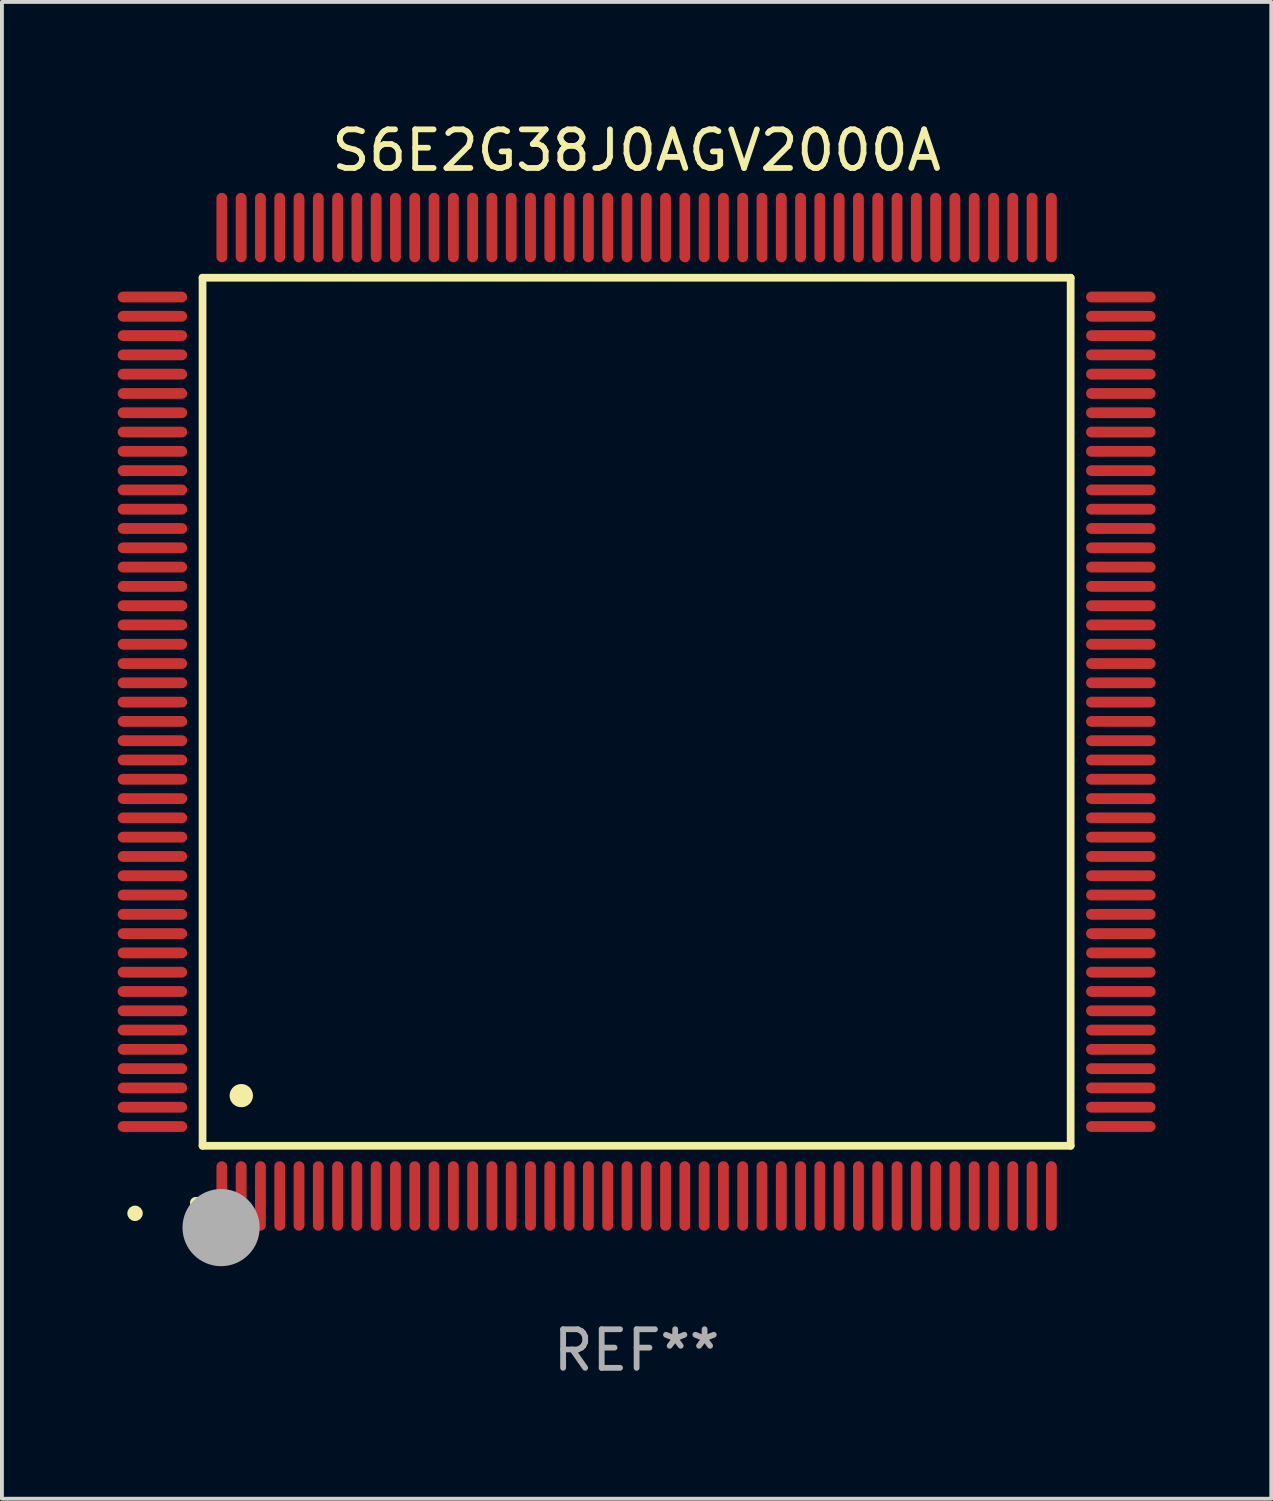
<source format=kicad_pcb>
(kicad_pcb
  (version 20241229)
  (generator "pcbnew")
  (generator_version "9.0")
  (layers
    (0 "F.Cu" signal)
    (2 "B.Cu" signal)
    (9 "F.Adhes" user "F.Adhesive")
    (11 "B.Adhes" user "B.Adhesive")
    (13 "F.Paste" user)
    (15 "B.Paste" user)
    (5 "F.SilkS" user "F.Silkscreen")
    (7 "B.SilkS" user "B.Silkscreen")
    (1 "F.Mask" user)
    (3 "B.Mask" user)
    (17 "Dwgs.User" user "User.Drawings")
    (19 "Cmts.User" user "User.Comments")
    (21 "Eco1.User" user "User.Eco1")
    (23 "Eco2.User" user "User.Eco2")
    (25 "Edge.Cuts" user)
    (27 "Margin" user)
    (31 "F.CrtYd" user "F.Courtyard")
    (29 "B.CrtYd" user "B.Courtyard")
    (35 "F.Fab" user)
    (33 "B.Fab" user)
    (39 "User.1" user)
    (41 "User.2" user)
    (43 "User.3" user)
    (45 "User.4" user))
  (footprint "S6E2G38J0AGV2000A"
    (layer "F.Cu")
    (at 13.45 15.398)
    (property "Reference" "S6E2G38J0AGV2000A" (at 0 -14.55 0) (layer "F.SilkS") (effects (font (size 1 1) (thickness 0.15))))
    (attr through_hole)
    (fp_line (start -11.25 -11.25) (end 11.25 -11.25) (stroke (width 0.2) (type solid)) (layer "F.SilkS"))
    (fp_line (start -11.25 11.25) (end -11.25 -11.25) (stroke (width 0.2) (type solid)) (layer "F.SilkS"))
    (fp_line (start 11.25 -11.25) (end 11.25 11.25) (stroke (width 0.2) (type solid)) (layer "F.SilkS"))
    (fp_line (start 11.25 11.25) (end -11.25 11.25) (stroke (width 0.2) (type solid)) (layer "F.SilkS"))
    (fp_arc (start -11.424943 12.725425) (mid -11.423673 12.72542) (end -11.422403 12.725425) (stroke (width 0.3) (type solid)) (layer "F.SilkS"))
    (fp_arc (start -10.24892 9.9492) (mid -10.24638 9.949189) (end -10.24384 9.9492) (stroke (width 0.6) (type solid)) (layer "F.SilkS"))
    (fp_circle (center -13 13) (end -12.9 13) (stroke (width 0.2) (type solid)) (fill no) (layer "F.SilkS"))
    (fp_circle (center -10.77 13.37) (end -10.27 13.37) (stroke (width 1) (type solid)) (fill no) (layer "F.Fab"))
    (fp_text user "REF**" (at 0 16.55 0) (layer "F.Fab") (effects (font (size 1 1) (thickness 0.15))))
    (pad "1" smd oval (at -10.75 12.55) (size 0.28 1.8) (layers "F.Cu" "F.Mask" "F.Paste"))
    (pad "2" smd oval (at -10.25 12.55) (size 0.28 1.8) (layers "F.Cu" "F.Mask" "F.Paste"))
    (pad "3" smd oval (at -9.75 12.55) (size 0.28 1.8) (layers "F.Cu" "F.Mask" "F.Paste"))
    (pad "4" smd oval (at -9.25 12.55) (size 0.28 1.8) (layers "F.Cu" "F.Mask" "F.Paste"))
    (pad "5" smd oval (at -8.75 12.55) (size 0.28 1.8) (layers "F.Cu" "F.Mask" "F.Paste"))
    (pad "6" smd oval (at -8.25 12.55) (size 0.28 1.8) (layers "F.Cu" "F.Mask" "F.Paste"))
    (pad "7" smd oval (at -7.75 12.55) (size 0.28 1.8) (layers "F.Cu" "F.Mask" "F.Paste"))
    (pad "8" smd oval (at -7.25 12.55) (size 0.28 1.8) (layers "F.Cu" "F.Mask" "F.Paste"))
    (pad "9" smd oval (at -6.75 12.55) (size 0.28 1.8) (layers "F.Cu" "F.Mask" "F.Paste"))
    (pad "10" smd oval (at -6.25 12.55) (size 0.28 1.8) (layers "F.Cu" "F.Mask" "F.Paste"))
    (pad "11" smd oval (at -5.75 12.55) (size 0.28 1.8) (layers "F.Cu" "F.Mask" "F.Paste"))
    (pad "12" smd oval (at -5.25 12.55) (size 0.28 1.8) (layers "F.Cu" "F.Mask" "F.Paste"))
    (pad "13" smd oval (at -4.75 12.55) (size 0.28 1.8) (layers "F.Cu" "F.Mask" "F.Paste"))
    (pad "14" smd oval (at -4.25 12.55) (size 0.28 1.8) (layers "F.Cu" "F.Mask" "F.Paste"))
    (pad "15" smd oval (at -3.75 12.55) (size 0.28 1.8) (layers "F.Cu" "F.Mask" "F.Paste"))
    (pad "16" smd oval (at -3.25 12.55) (size 0.28 1.8) (layers "F.Cu" "F.Mask" "F.Paste"))
    (pad "17" smd oval (at -2.75 12.55) (size 0.28 1.8) (layers "F.Cu" "F.Mask" "F.Paste"))
    (pad "18" smd oval (at -2.25 12.55) (size 0.28 1.8) (layers "F.Cu" "F.Mask" "F.Paste"))
    (pad "19" smd oval (at -1.75 12.55) (size 0.28 1.8) (layers "F.Cu" "F.Mask" "F.Paste"))
    (pad "20" smd oval (at -1.25 12.55) (size 0.28 1.8) (layers "F.Cu" "F.Mask" "F.Paste"))
    (pad "21" smd oval (at -0.75 12.55) (size 0.28 1.8) (layers "F.Cu" "F.Mask" "F.Paste"))
    (pad "22" smd oval (at -0.25 12.55) (size 0.28 1.8) (layers "F.Cu" "F.Mask" "F.Paste"))
    (pad "23" smd oval (at 0.25 12.55) (size 0.28 1.8) (layers "F.Cu" "F.Mask" "F.Paste"))
    (pad "24" smd oval (at 0.75 12.55) (size 0.28 1.8) (layers "F.Cu" "F.Mask" "F.Paste"))
    (pad "25" smd oval (at 1.25 12.55) (size 0.28 1.8) (layers "F.Cu" "F.Mask" "F.Paste"))
    (pad "26" smd oval (at 1.75 12.55) (size 0.28 1.8) (layers "F.Cu" "F.Mask" "F.Paste"))
    (pad "27" smd oval (at 2.25 12.55) (size 0.28 1.8) (layers "F.Cu" "F.Mask" "F.Paste"))
    (pad "28" smd oval (at 2.75 12.55) (size 0.28 1.8) (layers "F.Cu" "F.Mask" "F.Paste"))
    (pad "29" smd oval (at 3.25 12.55) (size 0.28 1.8) (layers "F.Cu" "F.Mask" "F.Paste"))
    (pad "30" smd oval (at 3.75 12.55) (size 0.28 1.8) (layers "F.Cu" "F.Mask" "F.Paste"))
    (pad "31" smd oval (at 4.25 12.55) (size 0.28 1.8) (layers "F.Cu" "F.Mask" "F.Paste"))
    (pad "32" smd oval (at 4.75 12.55) (size 0.28 1.8) (layers "F.Cu" "F.Mask" "F.Paste"))
    (pad "33" smd oval (at 5.25 12.55) (size 0.28 1.8) (layers "F.Cu" "F.Mask" "F.Paste"))
    (pad "34" smd oval (at 5.75 12.55) (size 0.28 1.8) (layers "F.Cu" "F.Mask" "F.Paste"))
    (pad "35" smd oval (at 6.25 12.55) (size 0.28 1.8) (layers "F.Cu" "F.Mask" "F.Paste"))
    (pad "36" smd oval (at 6.75 12.55) (size 0.28 1.8) (layers "F.Cu" "F.Mask" "F.Paste"))
    (pad "37" smd oval (at 7.25 12.55) (size 0.28 1.8) (layers "F.Cu" "F.Mask" "F.Paste"))
    (pad "38" smd oval (at 7.75 12.55) (size 0.28 1.8) (layers "F.Cu" "F.Mask" "F.Paste"))
    (pad "39" smd oval (at 8.25 12.55) (size 0.28 1.8) (layers "F.Cu" "F.Mask" "F.Paste"))
    (pad "40" smd oval (at 8.75 12.55) (size 0.28 1.8) (layers "F.Cu" "F.Mask" "F.Paste"))
    (pad "41" smd oval (at 9.25 12.55) (size 0.28 1.8) (layers "F.Cu" "F.Mask" "F.Paste"))
    (pad "42" smd oval (at 9.75 12.55) (size 0.28 1.8) (layers "F.Cu" "F.Mask" "F.Paste"))
    (pad "43" smd oval (at 10.25 12.55) (size 0.28 1.8) (layers "F.Cu" "F.Mask" "F.Paste"))
    (pad "44" smd oval (at 10.75 12.55) (size 0.28 1.8) (layers "F.Cu" "F.Mask" "F.Paste"))
    (pad "45" smd oval (at 12.55 10.75) (size 1.8 0.28) (layers "F.Cu" "F.Mask" "F.Paste"))
    (pad "46" smd oval (at 12.55 10.25) (size 1.8 0.28) (layers "F.Cu" "F.Mask" "F.Paste"))
    (pad "47" smd oval (at 12.55 9.75) (size 1.8 0.28) (layers "F.Cu" "F.Mask" "F.Paste"))
    (pad "48" smd oval (at 12.55 9.25) (size 1.8 0.28) (layers "F.Cu" "F.Mask" "F.Paste"))
    (pad "49" smd oval (at 12.55 8.75) (size 1.8 0.28) (layers "F.Cu" "F.Mask" "F.Paste"))
    (pad "50" smd oval (at 12.55 8.25) (size 1.8 0.28) (layers "F.Cu" "F.Mask" "F.Paste"))
    (pad "51" smd oval (at 12.55 7.75) (size 1.8 0.28) (layers "F.Cu" "F.Mask" "F.Paste"))
    (pad "52" smd oval (at 12.55 7.25) (size 1.8 0.28) (layers "F.Cu" "F.Mask" "F.Paste"))
    (pad "53" smd oval (at 12.55 6.75) (size 1.8 0.28) (layers "F.Cu" "F.Mask" "F.Paste"))
    (pad "54" smd oval (at 12.55 6.25) (size 1.8 0.28) (layers "F.Cu" "F.Mask" "F.Paste"))
    (pad "55" smd oval (at 12.55 5.75) (size 1.8 0.28) (layers "F.Cu" "F.Mask" "F.Paste"))
    (pad "56" smd oval (at 12.55 5.25) (size 1.8 0.28) (layers "F.Cu" "F.Mask" "F.Paste"))
    (pad "57" smd oval (at 12.55 4.75) (size 1.8 0.28) (layers "F.Cu" "F.Mask" "F.Paste"))
    (pad "58" smd oval (at 12.55 4.25) (size 1.8 0.28) (layers "F.Cu" "F.Mask" "F.Paste"))
    (pad "59" smd oval (at 12.55 3.75) (size 1.8 0.28) (layers "F.Cu" "F.Mask" "F.Paste"))
    (pad "60" smd oval (at 12.55 3.25) (size 1.8 0.28) (layers "F.Cu" "F.Mask" "F.Paste"))
    (pad "61" smd oval (at 12.55 2.75) (size 1.8 0.28) (layers "F.Cu" "F.Mask" "F.Paste"))
    (pad "62" smd oval (at 12.55 2.25) (size 1.8 0.28) (layers "F.Cu" "F.Mask" "F.Paste"))
    (pad "63" smd oval (at 12.55 1.75) (size 1.8 0.28) (layers "F.Cu" "F.Mask" "F.Paste"))
    (pad "64" smd oval (at 12.55 1.25) (size 1.8 0.28) (layers "F.Cu" "F.Mask" "F.Paste"))
    (pad "65" smd oval (at 12.55 0.75) (size 1.8 0.28) (layers "F.Cu" "F.Mask" "F.Paste"))
    (pad "66" smd oval (at 12.55 0.25) (size 1.8 0.28) (layers "F.Cu" "F.Mask" "F.Paste"))
    (pad "67" smd oval (at 12.55 -0.25) (size 1.8 0.28) (layers "F.Cu" "F.Mask" "F.Paste"))
    (pad "68" smd oval (at 12.55 -0.75) (size 1.8 0.28) (layers "F.Cu" "F.Mask" "F.Paste"))
    (pad "69" smd oval (at 12.55 -1.25) (size 1.8 0.28) (layers "F.Cu" "F.Mask" "F.Paste"))
    (pad "70" smd oval (at 12.55 -1.75) (size 1.8 0.28) (layers "F.Cu" "F.Mask" "F.Paste"))
    (pad "71" smd oval (at 12.55 -2.25) (size 1.8 0.28) (layers "F.Cu" "F.Mask" "F.Paste"))
    (pad "72" smd oval (at 12.55 -2.75) (size 1.8 0.28) (layers "F.Cu" "F.Mask" "F.Paste"))
    (pad "73" smd oval (at 12.55 -3.25) (size 1.8 0.28) (layers "F.Cu" "F.Mask" "F.Paste"))
    (pad "74" smd oval (at 12.55 -3.75) (size 1.8 0.28) (layers "F.Cu" "F.Mask" "F.Paste"))
    (pad "75" smd oval (at 12.55 -4.25) (size 1.8 0.28) (layers "F.Cu" "F.Mask" "F.Paste"))
    (pad "76" smd oval (at 12.55 -4.75) (size 1.8 0.28) (layers "F.Cu" "F.Mask" "F.Paste"))
    (pad "77" smd oval (at 12.55 -5.25) (size 1.8 0.28) (layers "F.Cu" "F.Mask" "F.Paste"))
    (pad "78" smd oval (at 12.55 -5.75) (size 1.8 0.28) (layers "F.Cu" "F.Mask" "F.Paste"))
    (pad "79" smd oval (at 12.55 -6.25) (size 1.8 0.28) (layers "F.Cu" "F.Mask" "F.Paste"))
    (pad "80" smd oval (at 12.55 -6.75) (size 1.8 0.28) (layers "F.Cu" "F.Mask" "F.Paste"))
    (pad "81" smd oval (at 12.55 -7.25) (size 1.8 0.28) (layers "F.Cu" "F.Mask" "F.Paste"))
    (pad "82" smd oval (at 12.55 -7.75) (size 1.8 0.28) (layers "F.Cu" "F.Mask" "F.Paste"))
    (pad "83" smd oval (at 12.55 -8.25) (size 1.8 0.28) (layers "F.Cu" "F.Mask" "F.Paste"))
    (pad "84" smd oval (at 12.55 -8.75) (size 1.8 0.28) (layers "F.Cu" "F.Mask" "F.Paste"))
    (pad "85" smd oval (at 12.55 -9.25) (size 1.8 0.28) (layers "F.Cu" "F.Mask" "F.Paste"))
    (pad "86" smd oval (at 12.55 -9.75) (size 1.8 0.28) (layers "F.Cu" "F.Mask" "F.Paste"))
    (pad "87" smd oval (at 12.55 -10.25) (size 1.8 0.28) (layers "F.Cu" "F.Mask" "F.Paste"))
    (pad "88" smd oval (at 12.55 -10.75) (size 1.8 0.28) (layers "F.Cu" "F.Mask" "F.Paste"))
    (pad "89" smd oval (at 10.75 -12.55) (size 0.28 1.8) (layers "F.Cu" "F.Mask" "F.Paste"))
    (pad "90" smd oval (at 10.25 -12.55) (size 0.28 1.8) (layers "F.Cu" "F.Mask" "F.Paste"))
    (pad "91" smd oval (at 9.75 -12.55) (size 0.28 1.8) (layers "F.Cu" "F.Mask" "F.Paste"))
    (pad "92" smd oval (at 9.25 -12.55) (size 0.28 1.8) (layers "F.Cu" "F.Mask" "F.Paste"))
    (pad "93" smd oval (at 8.75 -12.55) (size 0.28 1.8) (layers "F.Cu" "F.Mask" "F.Paste"))
    (pad "94" smd oval (at 8.25 -12.55) (size 0.28 1.8) (layers "F.Cu" "F.Mask" "F.Paste"))
    (pad "95" smd oval (at 7.75 -12.55) (size 0.28 1.8) (layers "F.Cu" "F.Mask" "F.Paste"))
    (pad "96" smd oval (at 7.25 -12.55) (size 0.28 1.8) (layers "F.Cu" "F.Mask" "F.Paste"))
    (pad "97" smd oval (at 6.75 -12.55) (size 0.28 1.8) (layers "F.Cu" "F.Mask" "F.Paste"))
    (pad "98" smd oval (at 6.25 -12.55) (size 0.28 1.8) (layers "F.Cu" "F.Mask" "F.Paste"))
    (pad "99" smd oval (at 5.75 -12.55) (size 0.28 1.8) (layers "F.Cu" "F.Mask" "F.Paste"))
    (pad "100" smd oval (at 5.25 -12.55) (size 0.28 1.8) (layers "F.Cu" "F.Mask" "F.Paste"))
    (pad "101" smd oval (at 4.75 -12.55) (size 0.28 1.8) (layers "F.Cu" "F.Mask" "F.Paste"))
    (pad "102" smd oval (at 4.25 -12.55) (size 0.28 1.8) (layers "F.Cu" "F.Mask" "F.Paste"))
    (pad "103" smd oval (at 3.75 -12.55) (size 0.28 1.8) (layers "F.Cu" "F.Mask" "F.Paste"))
    (pad "104" smd oval (at 3.25 -12.55) (size 0.28 1.8) (layers "F.Cu" "F.Mask" "F.Paste"))
    (pad "105" smd oval (at 2.75 -12.55) (size 0.28 1.8) (layers "F.Cu" "F.Mask" "F.Paste"))
    (pad "106" smd oval (at 2.25 -12.55) (size 0.28 1.8) (layers "F.Cu" "F.Mask" "F.Paste"))
    (pad "107" smd oval (at 1.75 -12.55) (size 0.28 1.8) (layers "F.Cu" "F.Mask" "F.Paste"))
    (pad "108" smd oval (at 1.25 -12.55) (size 0.28 1.8) (layers "F.Cu" "F.Mask" "F.Paste"))
    (pad "109" smd oval (at 0.75 -12.55) (size 0.28 1.8) (layers "F.Cu" "F.Mask" "F.Paste"))
    (pad "110" smd oval (at 0.25 -12.55) (size 0.28 1.8) (layers "F.Cu" "F.Mask" "F.Paste"))
    (pad "111" smd oval (at -0.25 -12.55) (size 0.28 1.8) (layers "F.Cu" "F.Mask" "F.Paste"))
    (pad "112" smd oval (at -0.75 -12.55) (size 0.28 1.8) (layers "F.Cu" "F.Mask" "F.Paste"))
    (pad "113" smd oval (at -1.25 -12.55) (size 0.28 1.8) (layers "F.Cu" "F.Mask" "F.Paste"))
    (pad "114" smd oval (at -1.75 -12.55) (size 0.28 1.8) (layers "F.Cu" "F.Mask" "F.Paste"))
    (pad "115" smd oval (at -2.25 -12.55) (size 0.28 1.8) (layers "F.Cu" "F.Mask" "F.Paste"))
    (pad "116" smd oval (at -2.75 -12.55) (size 0.28 1.8) (layers "F.Cu" "F.Mask" "F.Paste"))
    (pad "117" smd oval (at -3.25 -12.55) (size 0.28 1.8) (layers "F.Cu" "F.Mask" "F.Paste"))
    (pad "118" smd oval (at -3.75 -12.55) (size 0.28 1.8) (layers "F.Cu" "F.Mask" "F.Paste"))
    (pad "119" smd oval (at -4.25 -12.55) (size 0.28 1.8) (layers "F.Cu" "F.Mask" "F.Paste"))
    (pad "120" smd oval (at -4.75 -12.55) (size 0.28 1.8) (layers "F.Cu" "F.Mask" "F.Paste"))
    (pad "121" smd oval (at -5.25 -12.55) (size 0.28 1.8) (layers "F.Cu" "F.Mask" "F.Paste"))
    (pad "122" smd oval (at -5.75 -12.55) (size 0.28 1.8) (layers "F.Cu" "F.Mask" "F.Paste"))
    (pad "123" smd oval (at -6.25 -12.55) (size 0.28 1.8) (layers "F.Cu" "F.Mask" "F.Paste"))
    (pad "124" smd oval (at -6.75 -12.55) (size 0.28 1.8) (layers "F.Cu" "F.Mask" "F.Paste"))
    (pad "125" smd oval (at -7.25 -12.55) (size 0.28 1.8) (layers "F.Cu" "F.Mask" "F.Paste"))
    (pad "126" smd oval (at -7.75 -12.55) (size 0.28 1.8) (layers "F.Cu" "F.Mask" "F.Paste"))
    (pad "127" smd oval (at -8.25 -12.55) (size 0.28 1.8) (layers "F.Cu" "F.Mask" "F.Paste"))
    (pad "128" smd oval (at -8.75 -12.55) (size 0.28 1.8) (layers "F.Cu" "F.Mask" "F.Paste"))
    (pad "129" smd oval (at -9.25 -12.55) (size 0.28 1.8) (layers "F.Cu" "F.Mask" "F.Paste"))
    (pad "130" smd oval (at -9.75 -12.55) (size 0.28 1.8) (layers "F.Cu" "F.Mask" "F.Paste"))
    (pad "131" smd oval (at -10.25 -12.55) (size 0.28 1.8) (layers "F.Cu" "F.Mask" "F.Paste"))
    (pad "132" smd oval (at -10.75 -12.55) (size 0.28 1.8) (layers "F.Cu" "F.Mask" "F.Paste"))
    (pad "133" smd oval (at -12.55 -10.75) (size 1.8 0.28) (layers "F.Cu" "F.Mask" "F.Paste"))
    (pad "134" smd oval (at -12.55 -10.25) (size 1.8 0.28) (layers "F.Cu" "F.Mask" "F.Paste"))
    (pad "135" smd oval (at -12.55 -9.75) (size 1.8 0.28) (layers "F.Cu" "F.Mask" "F.Paste"))
    (pad "136" smd oval (at -12.55 -9.25) (size 1.8 0.28) (layers "F.Cu" "F.Mask" "F.Paste"))
    (pad "137" smd oval (at -12.55 -8.75) (size 1.8 0.28) (layers "F.Cu" "F.Mask" "F.Paste"))
    (pad "138" smd oval (at -12.55 -8.25) (size 1.8 0.28) (layers "F.Cu" "F.Mask" "F.Paste"))
    (pad "139" smd oval (at -12.55 -7.75) (size 1.8 0.28) (layers "F.Cu" "F.Mask" "F.Paste"))
    (pad "140" smd oval (at -12.55 -7.25) (size 1.8 0.28) (layers "F.Cu" "F.Mask" "F.Paste"))
    (pad "141" smd oval (at -12.55 -6.75) (size 1.8 0.28) (layers "F.Cu" "F.Mask" "F.Paste"))
    (pad "142" smd oval (at -12.55 -6.25) (size 1.8 0.28) (layers "F.Cu" "F.Mask" "F.Paste"))
    (pad "143" smd oval (at -12.55 -5.75) (size 1.8 0.28) (layers "F.Cu" "F.Mask" "F.Paste"))
    (pad "144" smd oval (at -12.55 -5.25) (size 1.8 0.28) (layers "F.Cu" "F.Mask" "F.Paste"))
    (pad "145" smd oval (at -12.55 -4.75) (size 1.8 0.28) (layers "F.Cu" "F.Mask" "F.Paste"))
    (pad "146" smd oval (at -12.55 -4.25) (size 1.8 0.28) (layers "F.Cu" "F.Mask" "F.Paste"))
    (pad "147" smd oval (at -12.55 -3.75) (size 1.8 0.28) (layers "F.Cu" "F.Mask" "F.Paste"))
    (pad "148" smd oval (at -12.55 -3.25) (size 1.8 0.28) (layers "F.Cu" "F.Mask" "F.Paste"))
    (pad "149" smd oval (at -12.55 -2.75) (size 1.8 0.28) (layers "F.Cu" "F.Mask" "F.Paste"))
    (pad "150" smd oval (at -12.55 -2.25) (size 1.8 0.28) (layers "F.Cu" "F.Mask" "F.Paste"))
    (pad "151" smd oval (at -12.55 -1.75) (size 1.8 0.28) (layers "F.Cu" "F.Mask" "F.Paste"))
    (pad "152" smd oval (at -12.55 -1.25) (size 1.8 0.28) (layers "F.Cu" "F.Mask" "F.Paste"))
    (pad "153" smd oval (at -12.55 -0.75) (size 1.8 0.28) (layers "F.Cu" "F.Mask" "F.Paste"))
    (pad "154" smd oval (at -12.55 -0.25) (size 1.8 0.28) (layers "F.Cu" "F.Mask" "F.Paste"))
    (pad "155" smd oval (at -12.55 0.25) (size 1.8 0.28) (layers "F.Cu" "F.Mask" "F.Paste"))
    (pad "156" smd oval (at -12.55 0.75) (size 1.8 0.28) (layers "F.Cu" "F.Mask" "F.Paste"))
    (pad "157" smd oval (at -12.55 1.25) (size 1.8 0.28) (layers "F.Cu" "F.Mask" "F.Paste"))
    (pad "158" smd oval (at -12.55 1.75) (size 1.8 0.28) (layers "F.Cu" "F.Mask" "F.Paste"))
    (pad "159" smd oval (at -12.55 2.25) (size 1.8 0.28) (layers "F.Cu" "F.Mask" "F.Paste"))
    (pad "160" smd oval (at -12.55 2.75) (size 1.8 0.28) (layers "F.Cu" "F.Mask" "F.Paste"))
    (pad "161" smd oval (at -12.55 3.25) (size 1.8 0.28) (layers "F.Cu" "F.Mask" "F.Paste"))
    (pad "162" smd oval (at -12.55 3.75) (size 1.8 0.28) (layers "F.Cu" "F.Mask" "F.Paste"))
    (pad "163" smd oval (at -12.55 4.25) (size 1.8 0.28) (layers "F.Cu" "F.Mask" "F.Paste"))
    (pad "164" smd oval (at -12.55 4.75) (size 1.8 0.28) (layers "F.Cu" "F.Mask" "F.Paste"))
    (pad "165" smd oval (at -12.55 5.25) (size 1.8 0.28) (layers "F.Cu" "F.Mask" "F.Paste"))
    (pad "166" smd oval (at -12.55 5.75) (size 1.8 0.28) (layers "F.Cu" "F.Mask" "F.Paste"))
    (pad "167" smd oval (at -12.55 6.25) (size 1.8 0.28) (layers "F.Cu" "F.Mask" "F.Paste"))
    (pad "168" smd oval (at -12.55 6.75) (size 1.8 0.28) (layers "F.Cu" "F.Mask" "F.Paste"))
    (pad "169" smd oval (at -12.55 7.25) (size 1.8 0.28) (layers "F.Cu" "F.Mask" "F.Paste"))
    (pad "170" smd oval (at -12.55 7.75) (size 1.8 0.28) (layers "F.Cu" "F.Mask" "F.Paste"))
    (pad "171" smd oval (at -12.55 8.25) (size 1.8 0.28) (layers "F.Cu" "F.Mask" "F.Paste"))
    (pad "172" smd oval (at -12.55 8.75) (size 1.8 0.28) (layers "F.Cu" "F.Mask" "F.Paste"))
    (pad "173" smd oval (at -12.55 9.25) (size 1.8 0.28) (layers "F.Cu" "F.Mask" "F.Paste"))
    (pad "174" smd oval (at -12.55 9.75) (size 1.8 0.28) (layers "F.Cu" "F.Mask" "F.Paste"))
    (pad "175" smd oval (at -12.55 10.25) (size 1.8 0.28) (layers "F.Cu" "F.Mask" "F.Paste"))
    (pad "176" smd oval (at -12.55 10.75) (size 1.8 0.28) (layers "F.Cu" "F.Mask" "F.Paste")))
  (gr_rect
    (start -3 -3)
    (end 29.9 35.796)
    (stroke (width 0.1) (type default))
    (fill no)
    (layer "Edge.Cuts")))
</source>
